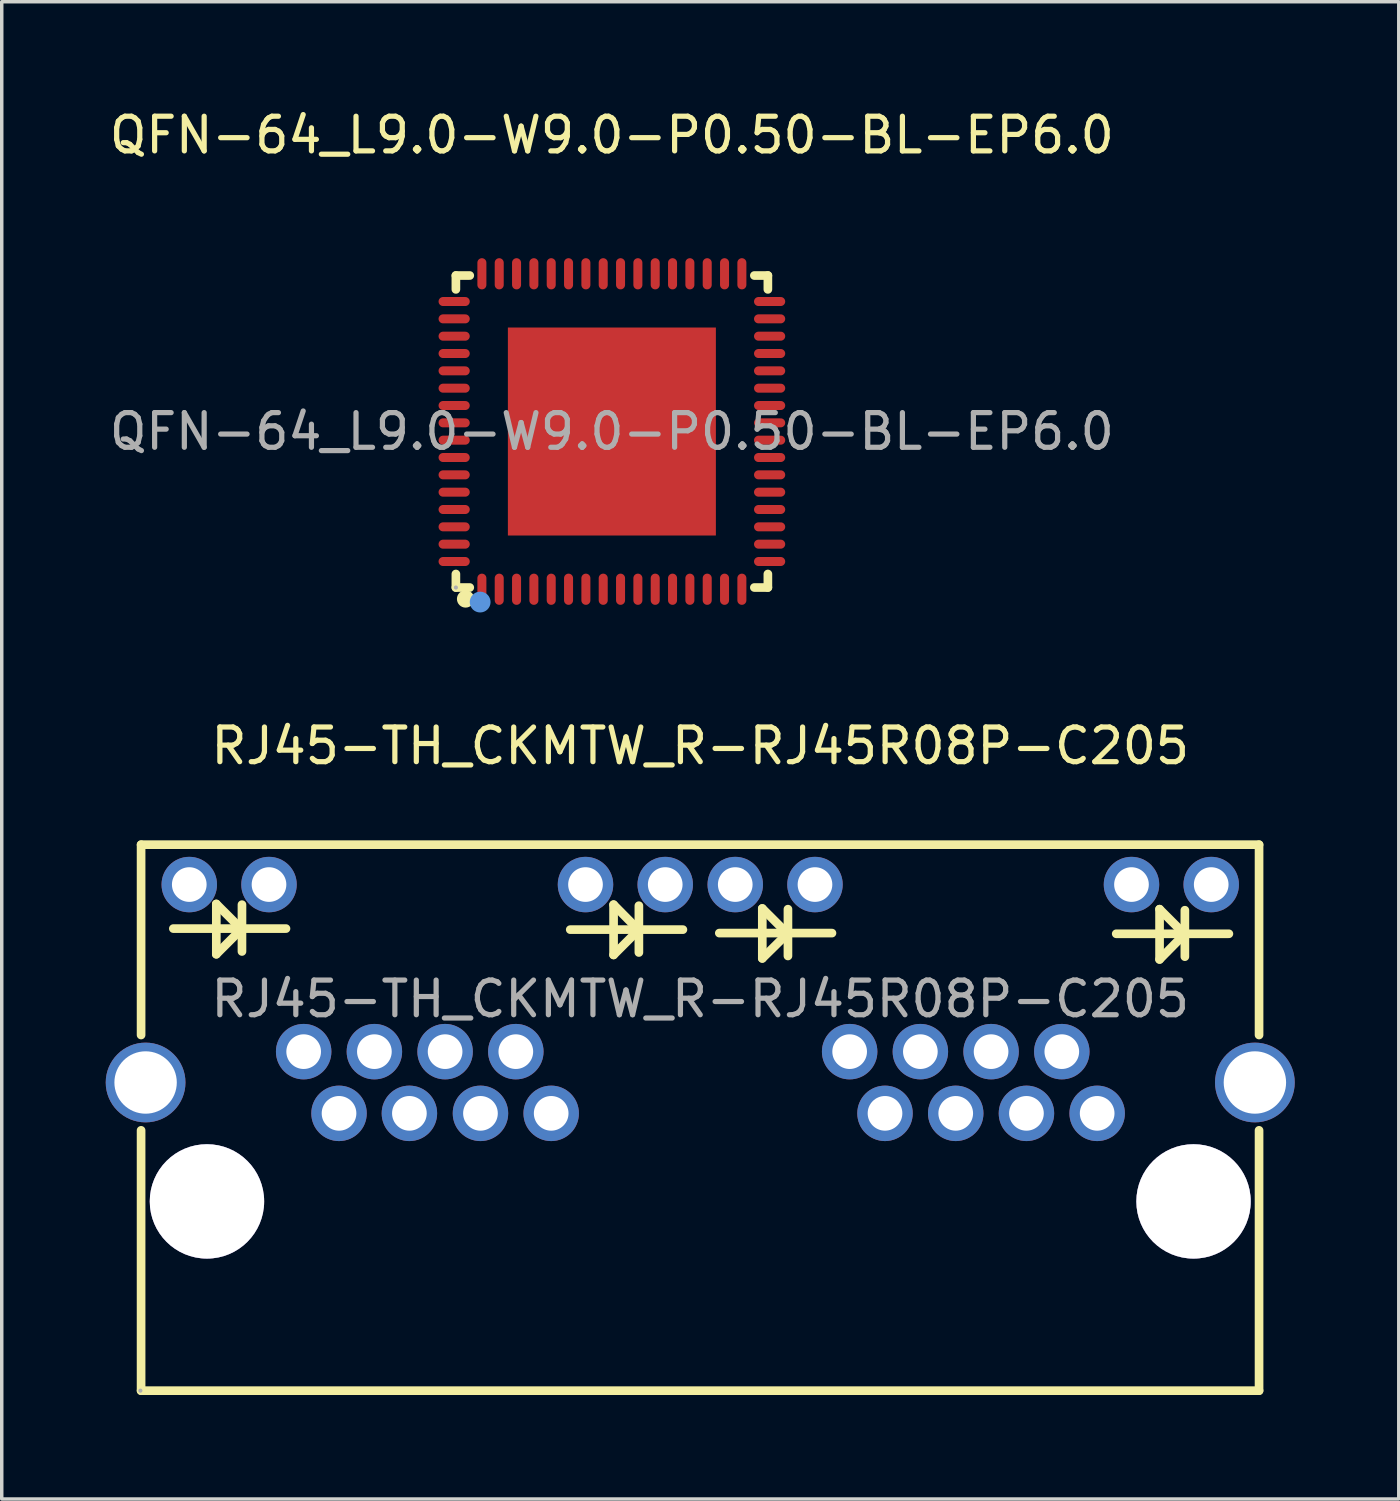
<source format=kicad_pcb>
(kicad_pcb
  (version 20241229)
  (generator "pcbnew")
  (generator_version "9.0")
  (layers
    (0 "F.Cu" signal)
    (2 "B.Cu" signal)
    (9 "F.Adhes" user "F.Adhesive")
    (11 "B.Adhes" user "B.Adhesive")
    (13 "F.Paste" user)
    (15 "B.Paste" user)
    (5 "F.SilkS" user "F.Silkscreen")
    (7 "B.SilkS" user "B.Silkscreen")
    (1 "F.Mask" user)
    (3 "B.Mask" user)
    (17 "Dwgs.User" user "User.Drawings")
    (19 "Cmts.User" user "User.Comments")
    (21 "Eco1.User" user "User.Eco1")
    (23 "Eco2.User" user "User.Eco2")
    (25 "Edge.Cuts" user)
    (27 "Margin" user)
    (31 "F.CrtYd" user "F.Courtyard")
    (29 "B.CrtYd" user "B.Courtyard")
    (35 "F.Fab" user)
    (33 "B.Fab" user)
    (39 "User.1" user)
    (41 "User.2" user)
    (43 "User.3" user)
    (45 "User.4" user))
  (footprint "QFN-64_L9.0-W9.0-P0.50-BL-EP6.0"
    (layer "F.Cu")
    (at 14.601 9.398)
    (property "Reference" "QFN-64_L9.0-W9.0-P0.50-BL-EP6.0" (at 0 -8.55 0) (layer "F.SilkS") (effects (font (size 1 1) (thickness 0.15))))
    (attr smd)
    (fp_line (start -4.5 -4.5) (end -4.1 -4.5) (stroke (width 0.25) (type solid)) (layer "F.SilkS"))
    (fp_line (start -4.5 -4.1) (end -4.5 -4.5) (stroke (width 0.25) (type solid)) (layer "F.SilkS"))
    (fp_line (start -4.5 4.5) (end -4.5 4.11) (stroke (width 0.25) (type solid)) (layer "F.SilkS"))
    (fp_line (start -4.1 4.5) (end -4.5 4.5) (stroke (width 0.25) (type solid)) (layer "F.SilkS"))
    (fp_line (start 4.11 -4.5) (end 4.5 -4.5) (stroke (width 0.25) (type solid)) (layer "F.SilkS"))
    (fp_line (start 4.5 -4.5) (end 4.5 -4.1) (stroke (width 0.25) (type solid)) (layer "F.SilkS"))
    (fp_line (start 4.5 4.11) (end 4.5 4.5) (stroke (width 0.25) (type solid)) (layer "F.SilkS"))
    (fp_line (start 4.5 4.5) (end 4.11 4.5) (stroke (width 0.25) (type solid)) (layer "F.SilkS"))
    (fp_arc (start -4.22 4.83) (mid -4.22 4.83) (end -4.22 4.83) (stroke (width 0.25) (type solid)) (layer "F.SilkS"))
    (fp_circle (center -3.8 4.92) (end -3.65 4.92) (stroke (width 0.3) (type solid)) (fill no) (layer "Cmts.User"))
    (fp_circle (center -4.5 4.5) (end -4.47 4.5) (stroke (width 0.06) (type solid)) (fill no) (layer "F.Fab"))
    (fp_text user "${REFERENCE}" (at 0 0 0) (layer "F.Fab") (effects (font (size 1 1) (thickness 0.15))))
    (pad "1" smd oval (at -3.75 4.55 90) (size 0.9 0.26) (layers "F.Cu" "F.Mask" "F.Paste"))
    (pad "2" smd oval (at -3.25 4.55 90) (size 0.9 0.26) (layers "F.Cu" "F.Mask" "F.Paste"))
    (pad "3" smd oval (at -2.75 4.55 90) (size 0.9 0.26) (layers "F.Cu" "F.Mask" "F.Paste"))
    (pad "4" smd oval (at -2.25 4.55 90) (size 0.9 0.26) (layers "F.Cu" "F.Mask" "F.Paste"))
    (pad "5" smd oval (at -1.75 4.55 90) (size 0.9 0.26) (layers "F.Cu" "F.Mask" "F.Paste"))
    (pad "6" smd oval (at -1.25 4.55 90) (size 0.9 0.26) (layers "F.Cu" "F.Mask" "F.Paste"))
    (pad "7" smd oval (at -0.75 4.55 90) (size 0.9 0.26) (layers "F.Cu" "F.Mask" "F.Paste"))
    (pad "8" smd oval (at -0.25 4.55 90) (size 0.9 0.26) (layers "F.Cu" "F.Mask" "F.Paste"))
    (pad "9" smd oval (at 0.25 4.55 90) (size 0.9 0.26) (layers "F.Cu" "F.Mask" "F.Paste"))
    (pad "10" smd oval (at 0.75 4.55 90) (size 0.9 0.26) (layers "F.Cu" "F.Mask" "F.Paste"))
    (pad "11" smd oval (at 1.25 4.55 90) (size 0.9 0.26) (layers "F.Cu" "F.Mask" "F.Paste"))
    (pad "12" smd oval (at 1.75 4.55 90) (size 0.9 0.26) (layers "F.Cu" "F.Mask" "F.Paste"))
    (pad "13" smd oval (at 2.25 4.55 90) (size 0.9 0.26) (layers "F.Cu" "F.Mask" "F.Paste"))
    (pad "14" smd oval (at 2.75 4.55 90) (size 0.9 0.26) (layers "F.Cu" "F.Mask" "F.Paste"))
    (pad "15" smd oval (at 3.25 4.55 90) (size 0.9 0.26) (layers "F.Cu" "F.Mask" "F.Paste"))
    (pad "16" smd oval (at 3.75 4.55 90) (size 0.9 0.26) (layers "F.Cu" "F.Mask" "F.Paste"))
    (pad "17" smd oval (at 4.55 3.75 90) (size 0.26 0.9) (layers "F.Cu" "F.Mask" "F.Paste"))
    (pad "18" smd oval (at 4.55 3.25 90) (size 0.26 0.9) (layers "F.Cu" "F.Mask" "F.Paste"))
    (pad "19" smd oval (at 4.55 2.75 90) (size 0.26 0.9) (layers "F.Cu" "F.Mask" "F.Paste"))
    (pad "20" smd oval (at 4.55 2.25 90) (size 0.26 0.9) (layers "F.Cu" "F.Mask" "F.Paste"))
    (pad "21" smd oval (at 4.55 1.75 90) (size 0.26 0.9) (layers "F.Cu" "F.Mask" "F.Paste"))
    (pad "22" smd oval (at 4.55 1.25 90) (size 0.26 0.9) (layers "F.Cu" "F.Mask" "F.Paste"))
    (pad "23" smd oval (at 4.55 0.75 90) (size 0.26 0.9) (layers "F.Cu" "F.Mask" "F.Paste"))
    (pad "24" smd oval (at 4.55 0.25 90) (size 0.26 0.9) (layers "F.Cu" "F.Mask" "F.Paste"))
    (pad "25" smd oval (at 4.55 -0.25 90) (size 0.26 0.9) (layers "F.Cu" "F.Mask" "F.Paste"))
    (pad "26" smd oval (at 4.55 -0.75 90) (size 0.26 0.9) (layers "F.Cu" "F.Mask" "F.Paste"))
    (pad "27" smd oval (at 4.55 -1.25 90) (size 0.26 0.9) (layers "F.Cu" "F.Mask" "F.Paste"))
    (pad "28" smd oval (at 4.55 -1.75 90) (size 0.26 0.9) (layers "F.Cu" "F.Mask" "F.Paste"))
    (pad "29" smd oval (at 4.55 -2.25 90) (size 0.26 0.9) (layers "F.Cu" "F.Mask" "F.Paste"))
    (pad "30" smd oval (at 4.55 -2.75 90) (size 0.26 0.9) (layers "F.Cu" "F.Mask" "F.Paste"))
    (pad "31" smd oval (at 4.55 -3.25 90) (size 0.26 0.9) (layers "F.Cu" "F.Mask" "F.Paste"))
    (pad "32" smd oval (at 4.55 -3.75 90) (size 0.26 0.9) (layers "F.Cu" "F.Mask" "F.Paste"))
    (pad "33" smd oval (at 3.75 -4.55 90) (size 0.9 0.26) (layers "F.Cu" "F.Mask" "F.Paste"))
    (pad "34" smd oval (at 3.25 -4.55 90) (size 0.9 0.26) (layers "F.Cu" "F.Mask" "F.Paste"))
    (pad "35" smd oval (at 2.75 -4.55 90) (size 0.9 0.26) (layers "F.Cu" "F.Mask" "F.Paste"))
    (pad "36" smd oval (at 2.25 -4.55 90) (size 0.9 0.26) (layers "F.Cu" "F.Mask" "F.Paste"))
    (pad "37" smd oval (at 1.75 -4.55 90) (size 0.9 0.26) (layers "F.Cu" "F.Mask" "F.Paste"))
    (pad "38" smd oval (at 1.25 -4.55 90) (size 0.9 0.26) (layers "F.Cu" "F.Mask" "F.Paste"))
    (pad "39" smd oval (at 0.75 -4.55 90) (size 0.9 0.26) (layers "F.Cu" "F.Mask" "F.Paste"))
    (pad "40" smd oval (at 0.25 -4.55 90) (size 0.9 0.26) (layers "F.Cu" "F.Mask" "F.Paste"))
    (pad "41" smd oval (at -0.25 -4.55 90) (size 0.9 0.26) (layers "F.Cu" "F.Mask" "F.Paste"))
    (pad "42" smd oval (at -0.75 -4.55 90) (size 0.9 0.26) (layers "F.Cu" "F.Mask" "F.Paste"))
    (pad "43" smd oval (at -1.25 -4.55 90) (size 0.9 0.26) (layers "F.Cu" "F.Mask" "F.Paste"))
    (pad "44" smd oval (at -1.75 -4.55 90) (size 0.9 0.26) (layers "F.Cu" "F.Mask" "F.Paste"))
    (pad "45" smd oval (at -2.25 -4.55 90) (size 0.9 0.26) (layers "F.Cu" "F.Mask" "F.Paste"))
    (pad "46" smd oval (at -2.75 -4.55 90) (size 0.9 0.26) (layers "F.Cu" "F.Mask" "F.Paste"))
    (pad "47" smd oval (at -3.25 -4.55 90) (size 0.9 0.26) (layers "F.Cu" "F.Mask" "F.Paste"))
    (pad "48" smd oval (at -3.75 -4.55 90) (size 0.9 0.26) (layers "F.Cu" "F.Mask" "F.Paste"))
    (pad "49" smd oval (at -4.55 -3.75 90) (size 0.26 0.9) (layers "F.Cu" "F.Mask" "F.Paste"))
    (pad "50" smd oval (at -4.55 -3.25 90) (size 0.26 0.9) (layers "F.Cu" "F.Mask" "F.Paste"))
    (pad "51" smd oval (at -4.55 -2.75 90) (size 0.26 0.9) (layers "F.Cu" "F.Mask" "F.Paste"))
    (pad "52" smd oval (at -4.55 -2.25 90) (size 0.26 0.9) (layers "F.Cu" "F.Mask" "F.Paste"))
    (pad "53" smd oval (at -4.55 -1.75 90) (size 0.26 0.9) (layers "F.Cu" "F.Mask" "F.Paste"))
    (pad "54" smd oval (at -4.55 -1.25 90) (size 0.26 0.9) (layers "F.Cu" "F.Mask" "F.Paste"))
    (pad "55" smd oval (at -4.55 -0.75 90) (size 0.26 0.9) (layers "F.Cu" "F.Mask" "F.Paste"))
    (pad "56" smd oval (at -4.55 -0.25 90) (size 0.26 0.9) (layers "F.Cu" "F.Mask" "F.Paste"))
    (pad "57" smd oval (at -4.55 0.25 90) (size 0.26 0.9) (layers "F.Cu" "F.Mask" "F.Paste"))
    (pad "58" smd oval (at -4.55 0.75 90) (size 0.26 0.9) (layers "F.Cu" "F.Mask" "F.Paste"))
    (pad "59" smd oval (at -4.55 1.25 90) (size 0.26 0.9) (layers "F.Cu" "F.Mask" "F.Paste"))
    (pad "60" smd oval (at -4.55 1.75 90) (size 0.26 0.9) (layers "F.Cu" "F.Mask" "F.Paste"))
    (pad "61" smd oval (at -4.55 2.25 90) (size 0.26 0.9) (layers "F.Cu" "F.Mask" "F.Paste"))
    (pad "62" smd oval (at -4.55 2.75 90) (size 0.26 0.9) (layers "F.Cu" "F.Mask" "F.Paste"))
    (pad "63" smd oval (at -4.55 3.25 90) (size 0.26 0.9) (layers "F.Cu" "F.Mask" "F.Paste"))
    (pad "64" smd oval (at -4.55 3.75 90) (size 0.26 0.9) (layers "F.Cu" "F.Mask" "F.Paste"))
    (pad "65" smd rect (at 0 0 90) (size 6 6) (layers "F.Cu" "F.Mask" "F.Paste")))
  (footprint "RJ45-TH_CKMTW_R-RJ45R08P-C205"
    (layer "F.Cu")
    (at 17.15 25.767)
    (property "Reference" "RJ45-TH_CKMTW_R-RJ45R08P-C205" (at 0 -7.3 0) (layer "F.SilkS") (effects (font (size 1 1) (thickness 0.15))))
    (attr through_hole)
    (fp_line (start -16.13 -4.45) (end -16.13 1.04) (stroke (width 0.25) (type solid)) (layer "F.SilkS"))
    (fp_line (start -16.13 3.79) (end -16.13 11.3) (stroke (width 0.25) (type solid)) (layer "F.SilkS"))
    (fp_line (start -16.13 11.3) (end 16.12 11.3) (stroke (width 0.25) (type solid)) (layer "F.SilkS"))
    (fp_line (start -15.2 -2.03) (end -11.95 -2.03) (stroke (width 0.25) (type solid)) (layer "F.SilkS"))
    (fp_line (start -13.96 -2.74) (end -13.96 -1.29) (stroke (width 0.25) (type solid)) (layer "F.SilkS"))
    (fp_line (start -13.96 -1.29) (end -13.27 -1.98) (stroke (width 0.25) (type solid)) (layer "F.SilkS"))
    (fp_line (start -13.27 -1.98) (end -13.25 -1.98) (stroke (width 0.25) (type solid)) (layer "F.SilkS"))
    (fp_line (start -13.25 -2.03) (end -13.96 -2.74) (stroke (width 0.25) (type solid)) (layer "F.SilkS"))
    (fp_line (start -13.22 -2.72) (end -13.22 -1.37) (stroke (width 0.25) (type solid)) (layer "F.SilkS"))
    (fp_line (start -3.75 -2) (end -0.5 -2) (stroke (width 0.25) (type solid)) (layer "F.SilkS"))
    (fp_line (start -2.5 -2.72) (end -2.5 -1.27) (stroke (width 0.25) (type solid)) (layer "F.SilkS"))
    (fp_line (start -2.5 -1.27) (end -1.82 -1.95) (stroke (width 0.25) (type solid)) (layer "F.SilkS"))
    (fp_line (start -1.82 -1.95) (end -1.79 -1.95) (stroke (width 0.25) (type solid)) (layer "F.SilkS"))
    (fp_line (start -1.79 -2) (end -2.5 -2.72) (stroke (width 0.25) (type solid)) (layer "F.SilkS"))
    (fp_line (start -1.77 -2.69) (end -1.77 -1.34) (stroke (width 0.25) (type solid)) (layer "F.SilkS"))
    (fp_line (start 0.55 -1.9) (end 3.8 -1.9) (stroke (width 0.25) (type solid)) (layer "F.SilkS"))
    (fp_line (start 1.79 -2.61) (end 1.79 -1.17) (stroke (width 0.25) (type solid)) (layer "F.SilkS"))
    (fp_line (start 1.79 -1.17) (end 2.48 -1.85) (stroke (width 0.25) (type solid)) (layer "F.SilkS"))
    (fp_line (start 2.48 -1.85) (end 2.5 -1.85) (stroke (width 0.25) (type solid)) (layer "F.SilkS"))
    (fp_line (start 2.5 -1.9) (end 1.79 -2.61) (stroke (width 0.25) (type solid)) (layer "F.SilkS"))
    (fp_line (start 2.53 -2.59) (end 2.53 -1.24) (stroke (width 0.25) (type solid)) (layer "F.SilkS"))
    (fp_line (start 12 -1.88) (end 15.25 -1.88) (stroke (width 0.25) (type solid)) (layer "F.SilkS"))
    (fp_line (start 13.25 -2.59) (end 13.25 -1.14) (stroke (width 0.25) (type solid)) (layer "F.SilkS"))
    (fp_line (start 13.25 -1.14) (end 13.93 -1.83) (stroke (width 0.25) (type solid)) (layer "F.SilkS"))
    (fp_line (start 13.93 -1.83) (end 13.96 -1.83) (stroke (width 0.25) (type solid)) (layer "F.SilkS"))
    (fp_line (start 13.96 -1.88) (end 13.25 -2.59) (stroke (width 0.25) (type solid)) (layer "F.SilkS"))
    (fp_line (start 13.98 -2.56) (end 13.98 -1.22) (stroke (width 0.25) (type solid)) (layer "F.SilkS"))
    (fp_line (start 16.12 -4.45) (end -16.13 -4.45) (stroke (width 0.25) (type solid)) (layer "F.SilkS"))
    (fp_line (start 16.12 1.04) (end 16.12 -4.45) (stroke (width 0.25) (type solid)) (layer "F.SilkS"))
    (fp_line (start 16.12 11.3) (end 16.12 3.79) (stroke (width 0.25) (type solid)) (layer "F.SilkS"))
    (fp_circle (center -14.23 5.84) (end -13.48 5.84) (stroke (width 1.5) (type solid)) (fill no) (layer "Cmts.User"))
    (fp_circle (center 14.23 5.84) (end 14.98 5.84) (stroke (width 1.5) (type solid)) (fill no) (layer "Cmts.User"))
    (fp_circle (center -16.15 11.3) (end -16.12 11.3) (stroke (width 0.06) (type solid)) (fill no) (layer "F.Fab"))
    (fp_text user "${REFERENCE}" (at 0 0 0) (layer "F.Fab") (effects (font (size 1 1) (thickness 0.15))))
    (pad "" thru_hole circle (at -14.23 5.84) (size 3.3 3.3) (drill 3.3) (layers "*.Cu" "*.Mask"))
    (pad "" thru_hole circle (at 14.23 5.84) (size 3.3 3.3) (drill 3.3) (layers "*.Cu" "*.Mask"))
    (pad "1" thru_hole circle (at -4.3 3.3) (size 1.6 1.6) (drill 1) (layers "*.Cu" "*.Mask"))
    (pad "2" thru_hole circle (at -5.32 1.52) (size 1.6 1.6) (drill 1) (layers "*.Cu" "*.Mask"))
    (pad "3" thru_hole circle (at -6.34 3.3) (size 1.6 1.6) (drill 1) (layers "*.Cu" "*.Mask"))
    (pad "4" thru_hole circle (at -7.36 1.52) (size 1.6 1.6) (drill 1) (layers "*.Cu" "*.Mask"))
    (pad "5" thru_hole circle (at -8.39 3.3) (size 1.6 1.6) (drill 1) (layers "*.Cu" "*.Mask"))
    (pad "6" thru_hole circle (at -9.4 1.52) (size 1.6 1.6) (drill 1) (layers "*.Cu" "*.Mask"))
    (pad "7" thru_hole circle (at -10.42 3.3) (size 1.6 1.6) (drill 1) (layers "*.Cu" "*.Mask"))
    (pad "8" thru_hole circle (at -11.44 1.52) (size 1.6 1.6) (drill 1) (layers "*.Cu" "*.Mask"))
    (pad "9" thru_hole circle (at 11.45 3.3) (size 1.6 1.6) (drill 1) (layers "*.Cu" "*.Mask"))
    (pad "10" thru_hole circle (at 10.43 1.52) (size 1.6 1.6) (drill 1) (layers "*.Cu" "*.Mask"))
    (pad "11" thru_hole circle (at 9.41 3.3) (size 1.6 1.6) (drill 1) (layers "*.Cu" "*.Mask"))
    (pad "12" thru_hole circle (at 8.39 1.52) (size 1.6 1.6) (drill 1) (layers "*.Cu" "*.Mask"))
    (pad "13" thru_hole circle (at 7.37 3.3) (size 1.6 1.6) (drill 1) (layers "*.Cu" "*.Mask"))
    (pad "14" thru_hole circle (at 6.35 1.52) (size 1.6 1.6) (drill 1) (layers "*.Cu" "*.Mask"))
    (pad "15" thru_hole circle (at 5.33 3.3) (size 1.6 1.6) (drill 1) (layers "*.Cu" "*.Mask"))
    (pad "16" thru_hole circle (at 4.31 1.52) (size 1.6 1.6) (drill 1) (layers "*.Cu" "*.Mask"))
    (pad "17" thru_hole circle (at 14.74 -3.3) (size 1.6 1.6) (drill 1) (layers "*.Cu" "*.Mask"))
    (pad "18" thru_hole circle (at 12.44 -3.3) (size 1.6 1.6) (drill 1) (layers "*.Cu" "*.Mask"))
    (pad "19" thru_hole circle (at 3.31 -3.3) (size 1.6 1.6) (drill 1) (layers "*.Cu" "*.Mask"))
    (pad "20" thru_hole circle (at 1.01 -3.3) (size 1.6 1.6) (drill 1) (layers "*.Cu" "*.Mask"))
    (pad "21" thru_hole circle (at -1.01 -3.3) (size 1.6 1.6) (drill 1) (layers "*.Cu" "*.Mask"))
    (pad "22" thru_hole circle (at -3.31 -3.3) (size 1.6 1.6) (drill 1) (layers "*.Cu" "*.Mask"))
    (pad "23" thru_hole circle (at -12.44 -3.3) (size 1.6 1.6) (drill 1) (layers "*.Cu" "*.Mask"))
    (pad "24" thru_hole circle (at -14.74 -3.3) (size 1.6 1.6) (drill 1) (layers "*.Cu" "*.Mask"))
    (pad "25" thru_hole circle (at -16 2.41 180) (size 2.3 2.3) (drill 1.8) (layers "*.Cu" "*.Mask"))
    (pad "26" thru_hole circle (at 16 2.41 180) (size 2.3 2.3) (drill 1.8) (layers "*.Cu" "*.Mask")))
  (gr_rect
    (start -3 -3)
    (end 37.3 40.191)
    (stroke (width 0.1) (type default))
    (fill no)
    (layer "Edge.Cuts")))
</source>
